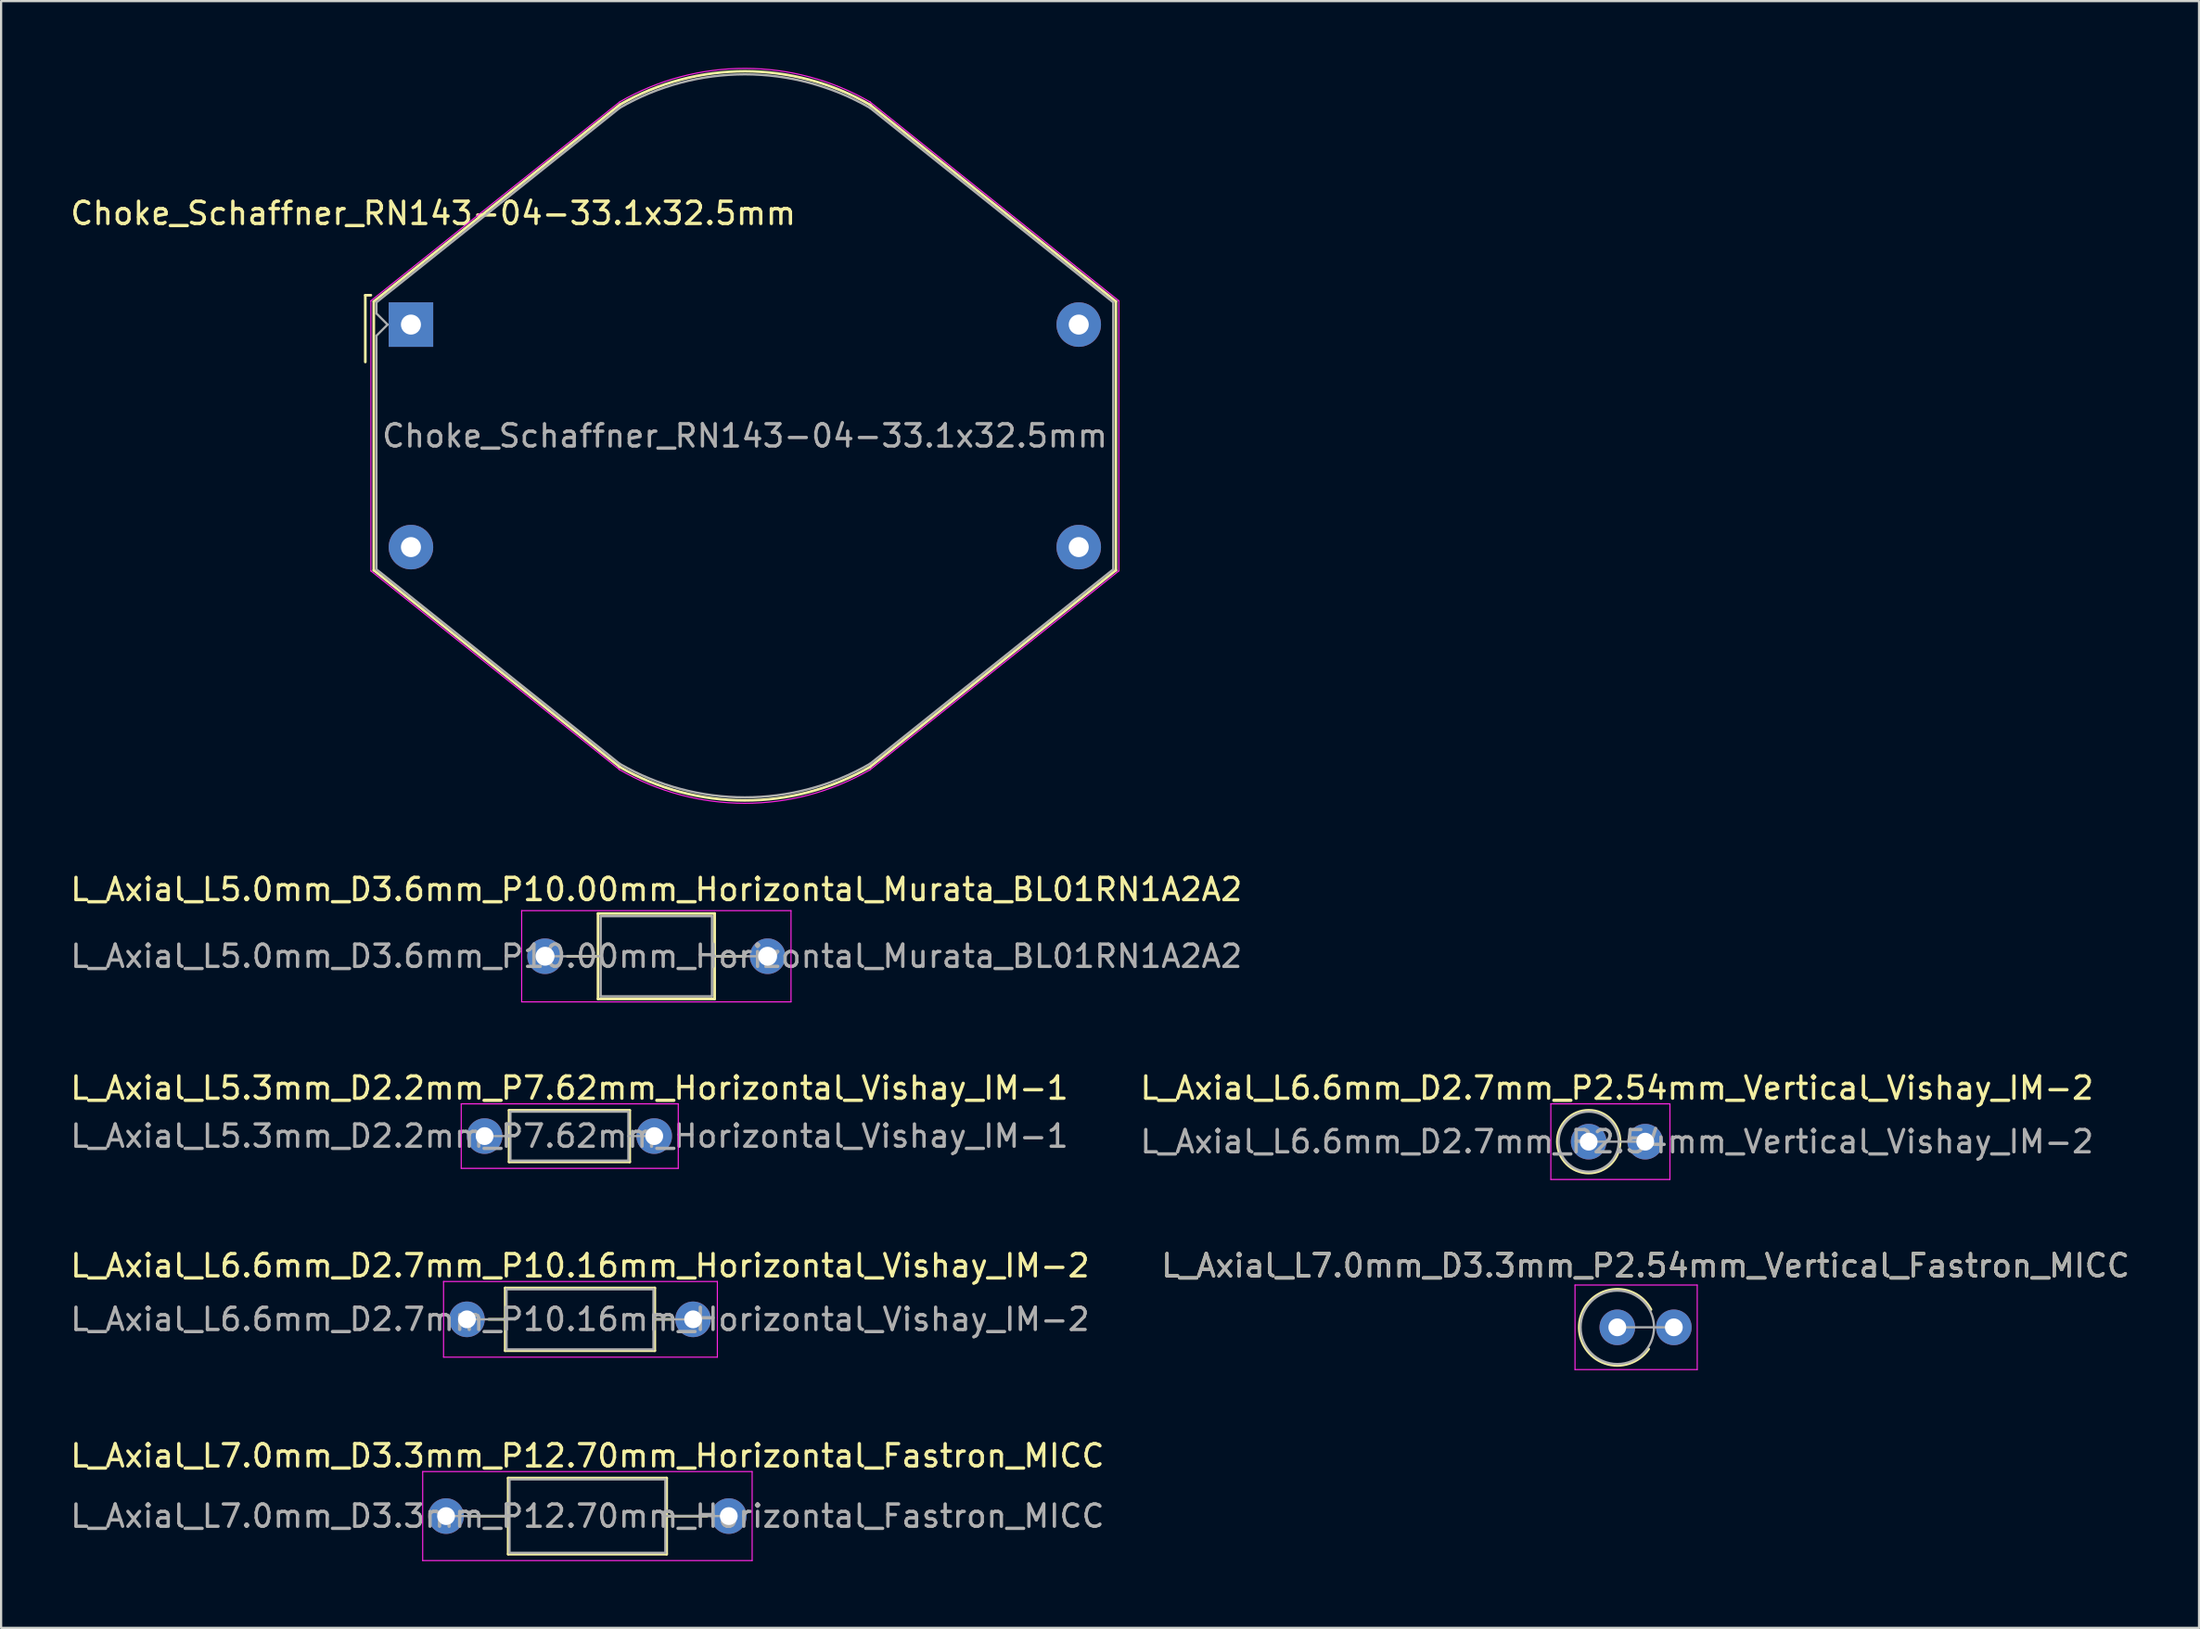
<source format=kicad_pcb>
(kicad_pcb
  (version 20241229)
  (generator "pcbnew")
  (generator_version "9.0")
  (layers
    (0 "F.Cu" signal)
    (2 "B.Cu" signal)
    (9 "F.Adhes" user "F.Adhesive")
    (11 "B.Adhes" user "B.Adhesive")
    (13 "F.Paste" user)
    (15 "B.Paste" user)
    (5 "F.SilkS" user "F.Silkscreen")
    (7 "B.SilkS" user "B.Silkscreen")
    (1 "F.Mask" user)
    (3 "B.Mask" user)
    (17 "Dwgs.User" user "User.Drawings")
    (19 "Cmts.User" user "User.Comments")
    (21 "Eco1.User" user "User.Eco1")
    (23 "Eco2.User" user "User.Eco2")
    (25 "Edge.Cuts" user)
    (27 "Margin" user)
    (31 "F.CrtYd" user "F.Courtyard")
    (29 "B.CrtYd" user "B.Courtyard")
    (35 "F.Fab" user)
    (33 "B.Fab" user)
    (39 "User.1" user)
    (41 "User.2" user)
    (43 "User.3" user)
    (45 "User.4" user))
  (footprint "L_Axial_L7.0mm_D3.3mm_P2.54mm_Vertical_Fastron_MICC"
    (layer "F.Cu")
    (at 69.605 56.6)
    (property "Reference" "L_Axial_L7.0mm_D3.3mm_P2.54mm_Vertical_Fastron_MICC" (at 1.27 -2.77 0) (layer "F.SilkS") (effects (font (size 1 1) (thickness 0.15))))
    (attr through_hole)
    (fp_arc (start 1.405516 0.975206) (mid -1.707626 -0.102544) (end 1.512118 -0.8) (stroke (width 0.12) (type solid)) (layer "F.SilkS"))
    (fp_line (start -1.9 -1.9) (end -1.9 1.9) (stroke (width 0.05) (type solid)) (layer "F.CrtYd"))
    (fp_line (start -1.9 1.9) (end 3.59 1.9) (stroke (width 0.05) (type solid)) (layer "F.CrtYd"))
    (fp_line (start 3.59 -1.9) (end -1.9 -1.9) (stroke (width 0.05) (type solid)) (layer "F.CrtYd"))
    (fp_line (start 3.59 1.9) (end 3.59 -1.9) (stroke (width 0.05) (type solid)) (layer "F.CrtYd"))
    (fp_line (start 0 0) (end 2.54 0) (stroke (width 0.1) (type solid)) (layer "F.Fab"))
    (fp_circle (center 0 0) (end 1.65 0) (stroke (width 0.1) (type solid)) (fill no) (layer "F.Fab"))
    (fp_text user "${REFERENCE}" (at 1.27 -2.77 0) (layer "F.Fab") (effects (font (size 1 1) (thickness 0.15))))
    (pad "1" thru_hole circle (at 0 0) (size 1.6 1.6) (drill 0.8) (layers "*.Cu" "*.Mask"))
    (pad "2" thru_hole oval (at 2.54 0) (size 1.6 1.6) (drill 0.8) (layers "*.Cu" "*.Mask")))
  (footprint "L_Axial_L5.3mm_D2.2mm_P7.62mm_Horizontal_Vishay_IM-1"
    (layer "F.Cu")
    (at 18.72 48.006)
    (property "Reference" "L_Axial_L5.3mm_D2.2mm_P7.62mm_Horizontal_Vishay_IM-1" (at 3.81 -2.16 0) (layer "F.SilkS") (effects (font (size 1 1) (thickness 0.15))))
    (attr through_hole)
    (fp_line (start 0.98 0) (end 1.1 0) (stroke (width 0.12) (type solid)) (layer "F.SilkS"))
    (fp_line (start 1.1 -1.16) (end 1.1 1.16) (stroke (width 0.12) (type solid)) (layer "F.SilkS"))
    (fp_line (start 1.1 1.16) (end 6.52 1.16) (stroke (width 0.12) (type solid)) (layer "F.SilkS"))
    (fp_line (start 6.52 -1.16) (end 1.1 -1.16) (stroke (width 0.12) (type solid)) (layer "F.SilkS"))
    (fp_line (start 6.52 1.16) (end 6.52 -1.16) (stroke (width 0.12) (type solid)) (layer "F.SilkS"))
    (fp_line (start 6.64 0) (end 6.52 0) (stroke (width 0.12) (type solid)) (layer "F.SilkS"))
    (fp_line (start -1.05 -1.45) (end -1.05 1.45) (stroke (width 0.05) (type solid)) (layer "F.CrtYd"))
    (fp_line (start -1.05 1.45) (end 8.7 1.45) (stroke (width 0.05) (type solid)) (layer "F.CrtYd"))
    (fp_line (start 8.7 -1.45) (end -1.05 -1.45) (stroke (width 0.05) (type solid)) (layer "F.CrtYd"))
    (fp_line (start 8.7 1.45) (end 8.7 -1.45) (stroke (width 0.05) (type solid)) (layer "F.CrtYd"))
    (fp_line (start 0 0) (end 1.16 0) (stroke (width 0.1) (type solid)) (layer "F.Fab"))
    (fp_line (start 1.16 -1.1) (end 1.16 1.1) (stroke (width 0.1) (type solid)) (layer "F.Fab"))
    (fp_line (start 1.16 1.1) (end 6.46 1.1) (stroke (width 0.1) (type solid)) (layer "F.Fab"))
    (fp_line (start 6.46 -1.1) (end 1.16 -1.1) (stroke (width 0.1) (type solid)) (layer "F.Fab"))
    (fp_line (start 6.46 1.1) (end 6.46 -1.1) (stroke (width 0.1) (type solid)) (layer "F.Fab"))
    (fp_line (start 7.62 0) (end 6.46 0) (stroke (width 0.1) (type solid)) (layer "F.Fab"))
    (fp_text user "${REFERENCE}" (at 3.81 0 0) (layer "F.Fab") (effects (font (size 1 1) (thickness 0.15))))
    (pad "1" thru_hole circle (at 0 0) (size 1.6 1.6) (drill 0.8) (layers "*.Cu" "*.Mask"))
    (pad "2" thru_hole oval (at 7.62 0) (size 1.6 1.6) (drill 0.8) (layers "*.Cu" "*.Mask")))
  (footprint "L_Axial_L6.6mm_D2.7mm_P2.54mm_Vertical_Vishay_IM-2"
    (layer "F.Cu")
    (at 68.319 48.256)
    (property "Reference" "L_Axial_L6.6mm_D2.7mm_P2.54mm_Vertical_Vishay_IM-2" (at 1.27 -2.41 0) (layer "F.SilkS") (effects (font (size 1 1) (thickness 0.15))))
    (attr through_hole)
    (fp_line (start 1.41 0) (end 1.44 0) (stroke (width 0.12) (type solid)) (layer "F.SilkS"))
    (fp_circle (center 0 0) (end 1.41 0) (stroke (width 0.12) (type solid)) (fill no) (layer "F.SilkS"))
    (fp_line (start -1.7 -1.7) (end -1.7 1.7) (stroke (width 0.05) (type solid)) (layer "F.CrtYd"))
    (fp_line (start -1.7 1.7) (end 3.65 1.7) (stroke (width 0.05) (type solid)) (layer "F.CrtYd"))
    (fp_line (start 3.65 -1.7) (end -1.7 -1.7) (stroke (width 0.05) (type solid)) (layer "F.CrtYd"))
    (fp_line (start 3.65 1.7) (end 3.65 -1.7) (stroke (width 0.05) (type solid)) (layer "F.CrtYd"))
    (fp_line (start 0 0) (end 2.54 0) (stroke (width 0.1) (type solid)) (layer "F.Fab"))
    (fp_circle (center 0 0) (end 1.35 0) (stroke (width 0.1) (type solid)) (fill no) (layer "F.Fab"))
    (fp_text user "${REFERENCE}" (at 1.27 0 0) (layer "F.Fab") (effects (font (size 1 1) (thickness 0.15))))
    (pad "1" thru_hole circle (at 0 0) (size 1.6 1.6) (drill 0.8) (layers "*.Cu" "*.Mask"))
    (pad "2" thru_hole oval (at 2.54 0) (size 1.6 1.6) (drill 0.8) (layers "*.Cu" "*.Mask")))
  (footprint "L_Axial_L7.0mm_D3.3mm_P12.70mm_Horizontal_Fastron_MICC"
    (layer "F.Cu")
    (at 16.989 65.083)
    (property "Reference" "L_Axial_L7.0mm_D3.3mm_P12.70mm_Horizontal_Fastron_MICC" (at 6.35 -2.71 0) (layer "F.SilkS") (effects (font (size 1 1) (thickness 0.15))))
    (attr through_hole)
    (fp_line (start 0.98 0) (end 2.79 0) (stroke (width 0.12) (type solid)) (layer "F.SilkS"))
    (fp_line (start 2.79 -1.71) (end 2.79 1.71) (stroke (width 0.12) (type solid)) (layer "F.SilkS"))
    (fp_line (start 2.79 1.71) (end 9.91 1.71) (stroke (width 0.12) (type solid)) (layer "F.SilkS"))
    (fp_line (start 9.91 -1.71) (end 2.79 -1.71) (stroke (width 0.12) (type solid)) (layer "F.SilkS"))
    (fp_line (start 9.91 1.71) (end 9.91 -1.71) (stroke (width 0.12) (type solid)) (layer "F.SilkS"))
    (fp_line (start 11.72 0) (end 9.91 0) (stroke (width 0.12) (type solid)) (layer "F.SilkS"))
    (fp_line (start -1.05 -2) (end -1.05 2) (stroke (width 0.05) (type solid)) (layer "F.CrtYd"))
    (fp_line (start -1.05 2) (end 13.75 2) (stroke (width 0.05) (type solid)) (layer "F.CrtYd"))
    (fp_line (start 13.75 -2) (end -1.05 -2) (stroke (width 0.05) (type solid)) (layer "F.CrtYd"))
    (fp_line (start 13.75 2) (end 13.75 -2) (stroke (width 0.05) (type solid)) (layer "F.CrtYd"))
    (fp_line (start 0 0) (end 2.85 0) (stroke (width 0.1) (type solid)) (layer "F.Fab"))
    (fp_line (start 2.85 -1.65) (end 2.85 1.65) (stroke (width 0.1) (type solid)) (layer "F.Fab"))
    (fp_line (start 2.85 1.65) (end 9.85 1.65) (stroke (width 0.1) (type solid)) (layer "F.Fab"))
    (fp_line (start 9.85 -1.65) (end 2.85 -1.65) (stroke (width 0.1) (type solid)) (layer "F.Fab"))
    (fp_line (start 9.85 1.65) (end 9.85 -1.65) (stroke (width 0.1) (type solid)) (layer "F.Fab"))
    (fp_line (start 12.7 0) (end 9.85 0) (stroke (width 0.1) (type solid)) (layer "F.Fab"))
    (fp_text user "${REFERENCE}" (at 6.35 0 0) (layer "F.Fab") (effects (font (size 1 1) (thickness 0.15))))
    (pad "1" thru_hole circle (at 0 0) (size 1.6 1.6) (drill 0.8) (layers "*.Cu" "*.Mask"))
    (pad "2" thru_hole oval (at 12.7 0) (size 1.6 1.6) (drill 0.8) (layers "*.Cu" "*.Mask")))
  (footprint "Choke_Schaffner_RN143-04-33.1x32.5mm"
    (layer "F.Cu")
    (at 15.411 11.537)
    (property "Reference" "Choke_Schaffner_RN143-04-33.1x32.5mm" (at 1 -5 0) (layer "F.SilkS") (effects (font (size 1 1) (thickness 0.15))))
    (attr through_hole)
    (fp_line (start -2.05 -1.32) (end -2.05 1.68) (stroke (width 0.12) (type solid)) (layer "F.SilkS"))
    (fp_line (start -2.05 -1.32) (end -1.8 -1.32) (stroke (width 0.12) (type solid)) (layer "F.SilkS"))
    (fp_line (start -1.67 -1.04) (end 9.38 -9.88) (stroke (width 0.12) (type solid)) (layer "F.SilkS"))
    (fp_line (start -1.67 11.04) (end -1.67 -1.04) (stroke (width 0.12) (type solid)) (layer "F.SilkS"))
    (fp_line (start 9.38 19.88) (end -1.67 11.04) (stroke (width 0.12) (type solid)) (layer "F.SilkS"))
    (fp_line (start 20.62 -9.88) (end 31.67 -1.04) (stroke (width 0.12) (type solid)) (layer "F.SilkS"))
    (fp_line (start 31.67 -1.04) (end 31.67 11.04) (stroke (width 0.12) (type solid)) (layer "F.SilkS"))
    (fp_line (start 31.67 11.04) (end 20.62 19.88) (stroke (width 0.12) (type solid)) (layer "F.SilkS"))
    (fp_arc (start 9.38 -9.88) (mid 15.012937 -11.382408) (end 20.642408 -9.867063) (stroke (width 0.12) (type solid)) (layer "F.SilkS"))
    (fp_arc (start 20.62 19.88) (mid 14.987063 21.382408) (end 9.357592 19.867063) (stroke (width 0.12) (type solid)) (layer "F.SilkS"))
    (fp_line (start -1.8 -1.07) (end 9.38 -10.01) (stroke (width 0.05) (type solid)) (layer "F.CrtYd"))
    (fp_line (start -1.8 11.07) (end -1.8 -1.07) (stroke (width 0.05) (type solid)) (layer "F.CrtYd"))
    (fp_line (start 9.38 20.01) (end -1.8 11.07) (stroke (width 0.05) (type solid)) (layer "F.CrtYd"))
    (fp_line (start 20.62 -10.01) (end 31.8 -1.07) (stroke (width 0.05) (type solid)) (layer "F.CrtYd"))
    (fp_line (start 31.8 -1.07) (end 31.8 11.07) (stroke (width 0.05) (type solid)) (layer "F.CrtYd"))
    (fp_line (start 31.8 11.07) (end 20.62 20.01) (stroke (width 0.05) (type solid)) (layer "F.CrtYd"))
    (fp_arc (start 9.38 -10.01) (mid 15.012937 -11.512408) (end 20.642408 -9.997063) (stroke (width 0.05) (type solid)) (layer "F.CrtYd"))
    (fp_arc (start 20.62 20.01) (mid 14.987063 21.512408) (end 9.357592 19.997063) (stroke (width 0.05) (type solid)) (layer "F.CrtYd"))
    (fp_line (start -1.55 -1) (end 9.38 -9.74) (stroke (width 0.1) (type solid)) (layer "F.Fab"))
    (fp_line (start -1.55 -0.5) (end -1.55 -1) (stroke (width 0.1) (type solid)) (layer "F.Fab"))
    (fp_line (start -1.55 0.5) (end -1.05 0) (stroke (width 0.1) (type solid)) (layer "F.Fab"))
    (fp_line (start -1.55 11) (end -1.55 0.5) (stroke (width 0.1) (type solid)) (layer "F.Fab"))
    (fp_line (start -1.05 0) (end -1.55 -0.5) (stroke (width 0.1) (type solid)) (layer "F.Fab"))
    (fp_line (start 9.38 19.74) (end -1.55 11) (stroke (width 0.1) (type solid)) (layer "F.Fab"))
    (fp_line (start 20.62 -9.74) (end 31.55 -1) (stroke (width 0.1) (type solid)) (layer "F.Fab"))
    (fp_line (start 31.55 -1) (end 31.55 11) (stroke (width 0.1) (type solid)) (layer "F.Fab"))
    (fp_line (start 31.55 11) (end 20.62 19.74) (stroke (width 0.1) (type solid)) (layer "F.Fab"))
    (fp_arc (start 9.38 -9.74) (mid 15.002937 -11.245087) (end 20.625087 -9.737063) (stroke (width 0.1) (type solid)) (layer "F.Fab"))
    (fp_arc (start 20.62 19.74) (mid 14.997063 21.245087) (end 9.374913 19.737063) (stroke (width 0.1) (type solid)) (layer "F.Fab"))
    (fp_text user "${REFERENCE}" (at 15 5 0) (layer "F.Fab") (effects (font (size 1 1) (thickness 0.15))))
    (pad "1" thru_hole rect (at 0 0) (size 2 2) (drill 0.9) (layers "*.Cu" "*.Mask"))
    (pad "2" thru_hole circle (at 30 0) (size 2 2) (drill 0.9) (layers "*.Cu" "*.Mask"))
    (pad "3" thru_hole circle (at 0 10) (size 2 2) (drill 0.9) (layers "*.Cu" "*.Mask"))
    (pad "4" thru_hole circle (at 30 10) (size 2 2) (drill 0.9) (layers "*.Cu" "*.Mask")))
  (footprint "L_Axial_L6.6mm_D2.7mm_P10.16mm_Horizontal_Vishay_IM-2"
    (layer "F.Cu")
    (at 17.926 56.24)
    (property "Reference" "L_Axial_L6.6mm_D2.7mm_P10.16mm_Horizontal_Vishay_IM-2" (at 5.08 -2.41 0) (layer "F.SilkS") (effects (font (size 1 1) (thickness 0.15))))
    (attr through_hole)
    (fp_line (start 0.98 0) (end 1.72 0) (stroke (width 0.12) (type solid)) (layer "F.SilkS"))
    (fp_line (start 1.72 -1.41) (end 1.72 1.41) (stroke (width 0.12) (type solid)) (layer "F.SilkS"))
    (fp_line (start 1.72 1.41) (end 8.44 1.41) (stroke (width 0.12) (type solid)) (layer "F.SilkS"))
    (fp_line (start 8.44 -1.41) (end 1.72 -1.41) (stroke (width 0.12) (type solid)) (layer "F.SilkS"))
    (fp_line (start 8.44 1.41) (end 8.44 -1.41) (stroke (width 0.12) (type solid)) (layer "F.SilkS"))
    (fp_line (start 9.18 0) (end 8.44 0) (stroke (width 0.12) (type solid)) (layer "F.SilkS"))
    (fp_line (start -1.05 -1.7) (end -1.05 1.7) (stroke (width 0.05) (type solid)) (layer "F.CrtYd"))
    (fp_line (start -1.05 1.7) (end 11.25 1.7) (stroke (width 0.05) (type solid)) (layer "F.CrtYd"))
    (fp_line (start 11.25 -1.7) (end -1.05 -1.7) (stroke (width 0.05) (type solid)) (layer "F.CrtYd"))
    (fp_line (start 11.25 1.7) (end 11.25 -1.7) (stroke (width 0.05) (type solid)) (layer "F.CrtYd"))
    (fp_line (start 0 0) (end 1.78 0) (stroke (width 0.1) (type solid)) (layer "F.Fab"))
    (fp_line (start 1.78 -1.35) (end 1.78 1.35) (stroke (width 0.1) (type solid)) (layer "F.Fab"))
    (fp_line (start 1.78 1.35) (end 8.38 1.35) (stroke (width 0.1) (type solid)) (layer "F.Fab"))
    (fp_line (start 8.38 -1.35) (end 1.78 -1.35) (stroke (width 0.1) (type solid)) (layer "F.Fab"))
    (fp_line (start 8.38 1.35) (end 8.38 -1.35) (stroke (width 0.1) (type solid)) (layer "F.Fab"))
    (fp_line (start 10.16 0) (end 8.38 0) (stroke (width 0.1) (type solid)) (layer "F.Fab"))
    (fp_text user "${REFERENCE}" (at 5.08 0 0) (layer "F.Fab") (effects (font (size 1 1) (thickness 0.15))))
    (pad "1" thru_hole circle (at 0 0) (size 1.6 1.6) (drill 0.8) (layers "*.Cu" "*.Mask"))
    (pad "2" thru_hole oval (at 10.16 0) (size 1.6 1.6) (drill 0.8) (layers "*.Cu" "*.Mask")))
  (footprint "L_Axial_L5.0mm_D3.6mm_P10.00mm_Horizontal_Murata_BL01RN1A2A2"
    (layer "F.Cu")
    (at 21.435 39.923)
    (property "Reference" "L_Axial_L5.0mm_D3.6mm_P10.00mm_Horizontal_Murata_BL01RN1A2A2" (at 5 -3 0) (layer "F.SilkS") (effects (font (size 1 1) (thickness 0.15))))
    (attr through_hole)
    (fp_line (start 1 0) (end 2.38 0) (stroke (width 0.12) (type solid)) (layer "F.SilkS"))
    (fp_line (start 2.38 -1.92) (end 2.38 1.92) (stroke (width 0.12) (type solid)) (layer "F.SilkS"))
    (fp_line (start 2.38 1.92) (end 7.62 1.92) (stroke (width 0.12) (type solid)) (layer "F.SilkS"))
    (fp_line (start 7.62 -1.92) (end 2.38 -1.92) (stroke (width 0.12) (type solid)) (layer "F.SilkS"))
    (fp_line (start 7.62 1.92) (end 7.62 -1.92) (stroke (width 0.12) (type solid)) (layer "F.SilkS"))
    (fp_line (start 9 0) (end 7.62 0) (stroke (width 0.12) (type solid)) (layer "F.SilkS"))
    (fp_line (start -1.05 -2.05) (end -1.05 2.05) (stroke (width 0.05) (type solid)) (layer "F.CrtYd"))
    (fp_line (start -1.05 2.05) (end 11.05 2.05) (stroke (width 0.05) (type solid)) (layer "F.CrtYd"))
    (fp_line (start 11.05 -2.05) (end -1.05 -2.05) (stroke (width 0.05) (type solid)) (layer "F.CrtYd"))
    (fp_line (start 11.05 2.05) (end 11.05 -2.05) (stroke (width 0.05) (type solid)) (layer "F.CrtYd"))
    (fp_line (start 0 0) (end 2.5 0) (stroke (width 0.1) (type solid)) (layer "F.Fab"))
    (fp_line (start 2.5 -1.8) (end 2.5 1.8) (stroke (width 0.1) (type solid)) (layer "F.Fab"))
    (fp_line (start 2.5 1.8) (end 7.5 1.8) (stroke (width 0.1) (type solid)) (layer "F.Fab"))
    (fp_line (start 7.5 -1.8) (end 2.5 -1.8) (stroke (width 0.1) (type solid)) (layer "F.Fab"))
    (fp_line (start 7.5 1.8) (end 7.5 -1.8) (stroke (width 0.1) (type solid)) (layer "F.Fab"))
    (fp_line (start 10 0) (end 7.5 0) (stroke (width 0.1) (type solid)) (layer "F.Fab"))
    (fp_text user "${REFERENCE}" (at 5 0 0) (layer "F.Fab") (effects (font (size 1 1) (thickness 0.15))))
    (pad "1" thru_hole circle (at 0 0) (size 1.6 1.6) (drill 0.85) (layers "*.Cu" "*.Mask"))
    (pad "2" thru_hole oval (at 10 0) (size 1.6 1.6) (drill 0.85) (layers "*.Cu" "*.Mask")))
  (gr_rect
    (start -3 -3)
    (end 95.738 70.108)
    (stroke (width 0.1) (type default))
    (fill no)
    (layer "Edge.Cuts")))
</source>
